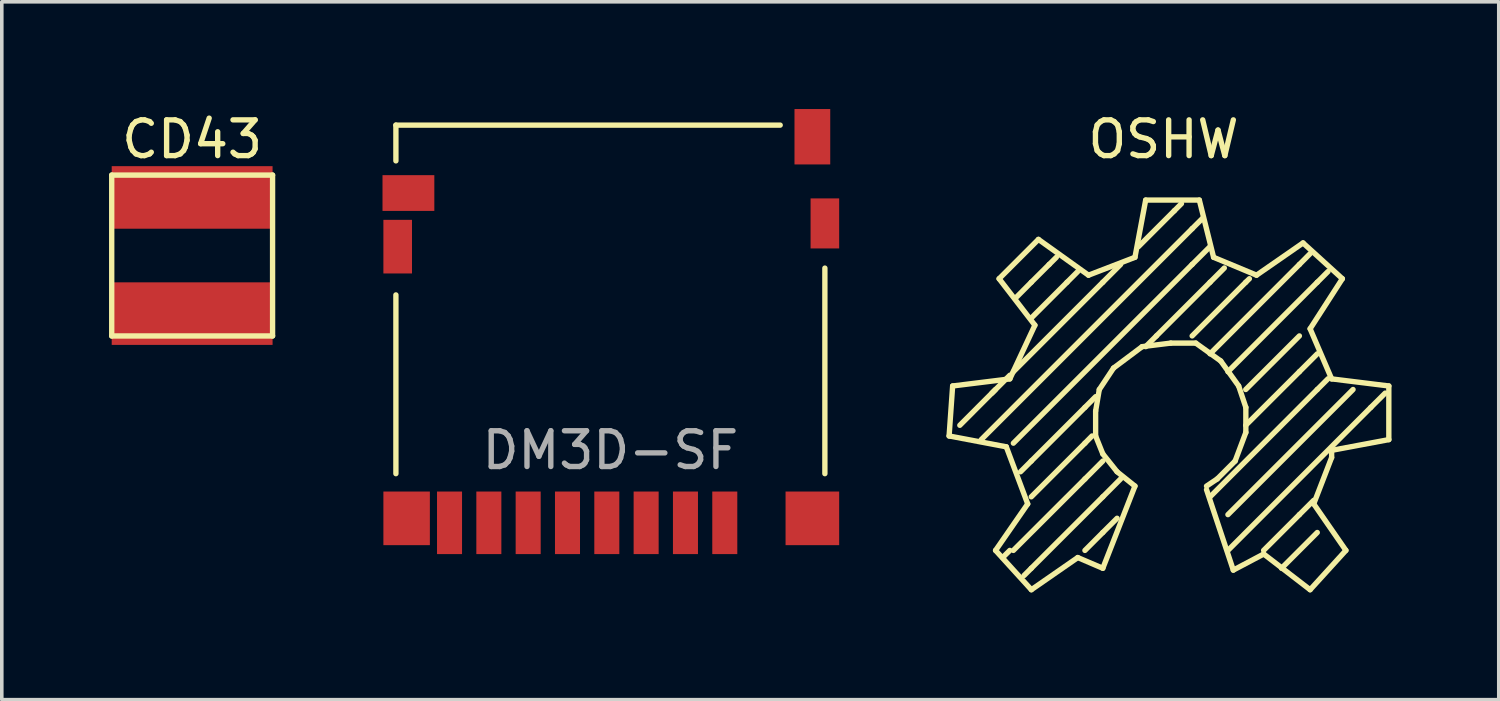
<source format=kicad_pcb>
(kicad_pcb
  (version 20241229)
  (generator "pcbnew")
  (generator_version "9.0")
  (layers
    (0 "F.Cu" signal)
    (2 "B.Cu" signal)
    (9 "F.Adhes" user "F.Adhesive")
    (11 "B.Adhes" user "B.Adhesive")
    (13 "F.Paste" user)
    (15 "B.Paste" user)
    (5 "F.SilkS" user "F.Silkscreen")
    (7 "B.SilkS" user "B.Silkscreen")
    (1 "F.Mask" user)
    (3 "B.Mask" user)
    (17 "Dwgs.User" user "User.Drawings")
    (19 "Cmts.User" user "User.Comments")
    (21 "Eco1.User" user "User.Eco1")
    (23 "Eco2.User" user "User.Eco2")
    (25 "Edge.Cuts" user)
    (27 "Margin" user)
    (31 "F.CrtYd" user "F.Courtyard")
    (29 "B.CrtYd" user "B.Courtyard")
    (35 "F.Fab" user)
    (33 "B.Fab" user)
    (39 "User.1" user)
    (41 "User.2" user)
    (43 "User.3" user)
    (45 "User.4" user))
  (footprint "DM3D-SF"
    (layer "F.Cu")
    (at 14.025 11.45)
    (property "Reference" "DM3D-SF" (at 0 -1.905 0) (layer "F.Fab") (effects (font (size 1 1) (thickness 0.15))))
    (attr through_hole)
    (fp_line (start -6 -11) (end -6 -10) (stroke (width 0.15) (type solid)) (layer "F.SilkS"))
    (fp_line (start -6 -6.25) (end -6 -1.25) (stroke (width 0.15) (type solid)) (layer "F.SilkS"))
    (fp_line (start 4.75 -11) (end -6 -11) (stroke (width 0.15) (type solid)) (layer "F.SilkS"))
    (fp_line (start 6 -1.25) (end 6 -7) (stroke (width 0.15) (type solid)) (layer "F.SilkS"))
    (pad "" smd rect (at -5.95 -7.6) (size 0.8 1.5) (layers "F.Cu" "F.Mask" "F.Paste"))
    (pad "" smd rect (at -5.7 0) (size 1.3 1.5) (layers "F.Cu" "F.Mask" "F.Paste"))
    (pad "" smd rect (at 5.65 0) (size 1.5 1.5) (layers "F.Cu" "F.Mask" "F.Paste"))
    (pad "" smd rect (at 6 -8.25) (size 0.8 1.4) (layers "F.Cu" "F.Mask" "F.Paste"))
    (pad "1" smd rect (at 2.1 0.125) (size 0.7 1.75) (layers "F.Cu" "F.Mask" "F.Paste"))
    (pad "2" smd rect (at 1 0.125) (size 0.7 1.75) (layers "F.Cu" "F.Mask" "F.Paste"))
    (pad "4" smd rect (at -0.1 0.125) (size 0.7 1.75) (layers "F.Cu" "F.Mask" "F.Paste"))
    (pad "5" smd rect (at -1.2 0.125) (size 0.7 1.75) (layers "F.Cu" "F.Mask" "F.Paste"))
    (pad "6" smd rect (at -2.3 0.125) (size 0.7 1.75) (layers "F.Cu" "F.Mask" "F.Paste"))
    (pad "7" smd rect (at -3.4 0.125) (size 0.7 1.75) (layers "F.Cu" "F.Mask" "F.Paste"))
    (pad "8" smd rect (at -4.5 0.125) (size 0.7 1.75) (layers "F.Cu" "F.Mask" "F.Paste"))
    (pad "9" smd rect (at 3.2 0.125) (size 0.7 1.75) (layers "F.Cu" "F.Mask" "F.Paste"))
    (pad "10" smd rect (at 5.65 -10.675) (size 1 1.55) (layers "F.Cu" "F.Mask" "F.Paste"))
    (pad "12" smd rect (at -5.65 -9.1) (size 1.45 1) (layers "F.Cu" "F.Mask" "F.Paste")))
  (footprint "OSHW"
    (layer "F.Cu")
    (at 29.799 9.032)
    (property "Reference" "OSHW" (at -0.3 -8.184 0) (layer "F.SilkS") (effects (font (size 1 1) (thickness 0.15))))
    (attr through_hole)
    (fp_line (start -6.299 0.114) (end -4.699 0.417) (stroke (width 0.15) (type solid)) (layer "F.SilkS"))
    (fp_line (start -6.2 -1.285) (end -6.299 0.114) (stroke (width 0.15) (type solid)) (layer "F.SilkS"))
    (fp_line (start -5.1 -1.085) (end -4.6 -1.585) (stroke (width 0.15) (type solid)) (layer "F.SilkS"))
    (fp_line (start -5.001 -1.186) (end -5.999 -0.185) (stroke (width 0.15) (type solid)) (layer "F.SilkS"))
    (fp_line (start -4.999 3.315) (end -3.998 4.415) (stroke (width 0.15) (type solid)) (layer "F.SilkS"))
    (fp_line (start -4.9 -4.285) (end -3.899 -2.985) (stroke (width 0.15) (type solid)) (layer "F.SilkS"))
    (fp_line (start -4.699 0.417) (end -4.1 2.014) (stroke (width 0.15) (type solid)) (layer "F.SilkS"))
    (fp_line (start -4.6 -1.483) (end -6.2 -1.285) (stroke (width 0.15) (type solid)) (layer "F.SilkS"))
    (fp_line (start -4.6 3.315) (end -4.801 3.515) (stroke (width 0.15) (type solid)) (layer "F.SilkS"))
    (fp_line (start -4.1 2.014) (end -4.999 3.315) (stroke (width 0.15) (type solid)) (layer "F.SilkS"))
    (fp_line (start -4 -4.186) (end -4.399 -3.785) (stroke (width 0.15) (type solid)) (layer "F.SilkS"))
    (fp_line (start -4 0.815) (end -4.3 1.115) (stroke (width 0.15) (type solid)) (layer "F.SilkS"))
    (fp_line (start -4 3.815) (end -4.201 4.016) (stroke (width 0.15) (type solid)) (layer "F.SilkS"))
    (fp_line (start -3.998 4.415) (end -2.7 3.515) (stroke (width 0.15) (type solid)) (layer "F.SilkS"))
    (fp_line (start -3.899 -2.985) (end -4.6 -1.483) (stroke (width 0.15) (type solid)) (layer "F.SilkS"))
    (fp_line (start -3.8 -5.385) (end -4.9 -4.285) (stroke (width 0.15) (type solid)) (layer "F.SilkS"))
    (fp_line (start -3.5 -4.684) (end -4 -4.186) (stroke (width 0.15) (type solid)) (layer "F.SilkS"))
    (fp_line (start -3.5 -4.684) (end -3.299 -4.884) (stroke (width 0.15) (type solid)) (layer "F.SilkS"))
    (fp_line (start -3 -4.186) (end -4 -3.185) (stroke (width 0.15) (type solid)) (layer "F.SilkS"))
    (fp_line (start -3 -4.186) (end -2.7 -4.486) (stroke (width 0.15) (type solid)) (layer "F.SilkS"))
    (fp_line (start -2.7 3.515) (end -1.999 3.815) (stroke (width 0.15) (type solid)) (layer "F.SilkS"))
    (fp_line (start -2.499 -0.686) (end -4 0.815) (stroke (width 0.15) (type solid)) (layer "F.SilkS"))
    (fp_line (start -2.499 -0.686) (end -2.2 -0.986) (stroke (width 0.15) (type solid)) (layer "F.SilkS"))
    (fp_line (start -2.499 0.315) (end -4 1.816) (stroke (width 0.15) (type solid)) (layer "F.SilkS"))
    (fp_line (start -2.499 0.315) (end -2.301 0.114) (stroke (width 0.15) (type solid)) (layer "F.SilkS"))
    (fp_line (start -2.499 1.316) (end -4.501 3.315) (stroke (width 0.15) (type solid)) (layer "F.SilkS"))
    (fp_line (start -2.499 1.316) (end -1.999 0.815) (stroke (width 0.15) (type solid)) (layer "F.SilkS"))
    (fp_line (start -2.4 -4.384) (end -3.8 -5.385) (stroke (width 0.15) (type solid)) (layer "F.SilkS"))
    (fp_line (start -2.2 -0.584) (end -2.098 -1.184) (stroke (width 0.15) (type solid)) (layer "F.SilkS"))
    (fp_line (start -2.2 0.114) (end -2.2 -0.584) (stroke (width 0.15) (type solid)) (layer "F.SilkS"))
    (fp_line (start -2.098 -1.184) (end -1.699 -1.786) (stroke (width 0.15) (type solid)) (layer "F.SilkS"))
    (fp_line (start -1.999 -4.186) (end -4.501 -1.684) (stroke (width 0.15) (type solid)) (layer "F.SilkS"))
    (fp_line (start -1.999 -4.186) (end -1.501 -4.684) (stroke (width 0.15) (type solid)) (layer "F.SilkS"))
    (fp_line (start -1.999 0.615) (end -2.2 0.114) (stroke (width 0.15) (type solid)) (layer "F.SilkS"))
    (fp_line (start -1.999 1.816) (end -4 3.815) (stroke (width 0.15) (type solid)) (layer "F.SilkS"))
    (fp_line (start -1.999 1.816) (end -1.501 1.316) (stroke (width 0.15) (type solid)) (layer "F.SilkS"))
    (fp_line (start -1.999 2.814) (end -2.499 3.315) (stroke (width 0.15) (type solid)) (layer "F.SilkS"))
    (fp_line (start -1.999 2.814) (end -1.6 2.416) (stroke (width 0.15) (type solid)) (layer "F.SilkS"))
    (fp_line (start -1.999 3.815) (end -1.1 1.516) (stroke (width 0.15) (type solid)) (layer "F.SilkS"))
    (fp_line (start -1.699 -1.786) (end -0.899 -2.385) (stroke (width 0.15) (type solid)) (layer "F.SilkS"))
    (fp_line (start -1.6 1.115) (end -1.999 0.615) (stroke (width 0.15) (type solid)) (layer "F.SilkS"))
    (fp_line (start -1.1 -4.884) (end -2.4 -4.384) (stroke (width 0.15) (type solid)) (layer "F.SilkS"))
    (fp_line (start -1.1 1.516) (end -1.6 1.115) (stroke (width 0.15) (type solid)) (layer "F.SilkS"))
    (fp_line (start -0.899 -2.385) (end -0.099 -2.484) (stroke (width 0.15) (type solid)) (layer "F.SilkS"))
    (fp_line (start -0.8 -6.485) (end -1.1 -4.884) (stroke (width 0.15) (type solid)) (layer "F.SilkS"))
    (fp_line (start -0.5 -2.685) (end -0.8 -2.385) (stroke (width 0.15) (type solid)) (layer "F.SilkS"))
    (fp_line (start -0.099 -2.484) (end 0.602 -2.484) (stroke (width 0.15) (type solid)) (layer "F.SilkS"))
    (fp_line (start 0 -6.185) (end -1.001 -5.184) (stroke (width 0.15) (type solid)) (layer "F.SilkS"))
    (fp_line (start 0 -6.185) (end 0.201 -6.386) (stroke (width 0.15) (type solid)) (layer "F.SilkS"))
    (fp_line (start 0.5 -5.685) (end -5.4 0.216) (stroke (width 0.15) (type solid)) (layer "F.SilkS"))
    (fp_line (start 0.5 -5.685) (end 0.8 -5.984) (stroke (width 0.15) (type solid)) (layer "F.SilkS"))
    (fp_line (start 0.5 -4.684) (end -4.501 0.315) (stroke (width 0.15) (type solid)) (layer "F.SilkS"))
    (fp_line (start 0.5 -4.684) (end 1.001 -5.184) (stroke (width 0.15) (type solid)) (layer "F.SilkS"))
    (fp_line (start 0.602 -2.484) (end 1.3 -1.984) (stroke (width 0.15) (type solid)) (layer "F.SilkS"))
    (fp_line (start 0.701 -6.485) (end -0.8 -6.485) (stroke (width 0.15) (type solid)) (layer "F.SilkS"))
    (fp_line (start 0.902 1.615) (end 1.651 3.866) (stroke (width 0.15) (type solid)) (layer "F.SilkS"))
    (fp_line (start 1.001 -4.186) (end -0.5 -2.685) (stroke (width 0.15) (type solid)) (layer "F.SilkS"))
    (fp_line (start 1.001 -4.186) (end 1.4 -4.585) (stroke (width 0.15) (type solid)) (layer "F.SilkS"))
    (fp_line (start 1.1 -4.884) (end 0.701 -6.485) (stroke (width 0.15) (type solid)) (layer "F.SilkS"))
    (fp_line (start 1.201 1.316) (end 0.902 1.516) (stroke (width 0.15) (type solid)) (layer "F.SilkS"))
    (fp_line (start 1.3 -1.984) (end 1.801 -1.285) (stroke (width 0.15) (type solid)) (layer "F.SilkS"))
    (fp_line (start 1.651 3.866) (end 2.502 3.416) (stroke (width 0.15) (type solid)) (layer "F.SilkS"))
    (fp_line (start 1.702 0.815) (end 1.201 1.316) (stroke (width 0.15) (type solid)) (layer "F.SilkS"))
    (fp_line (start 1.801 -1.285) (end 2.002 -0.686) (stroke (width 0.15) (type solid)) (layer "F.SilkS"))
    (fp_line (start 1.999 -4.186) (end 0.5 -2.685) (stroke (width 0.15) (type solid)) (layer "F.SilkS"))
    (fp_line (start 1.999 -4.186) (end 2.101 -4.285) (stroke (width 0.15) (type solid)) (layer "F.SilkS"))
    (fp_line (start 2.002 -0.686) (end 2.002 0.015) (stroke (width 0.15) (type solid)) (layer "F.SilkS"))
    (fp_line (start 2.002 0.015) (end 1.702 0.815) (stroke (width 0.15) (type solid)) (layer "F.SilkS"))
    (fp_line (start 2.301 -4.384) (end 1.1 -4.884) (stroke (width 0.15) (type solid)) (layer "F.SilkS"))
    (fp_line (start 2.502 3.416) (end 3.8 4.415) (stroke (width 0.15) (type solid)) (layer "F.SilkS"))
    (fp_line (start 3.5 -4.684) (end 1.001 -2.184) (stroke (width 0.15) (type solid)) (layer "F.SilkS"))
    (fp_line (start 3.5 -4.684) (end 3.8 -4.986) (stroke (width 0.15) (type solid)) (layer "F.SilkS"))
    (fp_line (start 3.5 -2.685) (end 1.999 -1.186) (stroke (width 0.15) (type solid)) (layer "F.SilkS"))
    (fp_line (start 3.5 -1.684) (end 1.999 -0.185) (stroke (width 0.15) (type solid)) (layer "F.SilkS"))
    (fp_line (start 3.5 -1.684) (end 4 -2.184) (stroke (width 0.15) (type solid)) (layer "F.SilkS"))
    (fp_line (start 3.5 2.314) (end 2.499 3.315) (stroke (width 0.15) (type solid)) (layer "F.SilkS"))
    (fp_line (start 3.5 2.314) (end 3.899 1.915) (stroke (width 0.15) (type solid)) (layer "F.SilkS"))
    (fp_line (start 3.602 -5.286) (end 2.301 -4.384) (stroke (width 0.15) (type solid)) (layer "F.SilkS"))
    (fp_line (start 3.8 -2.885) (end 4.702 -4.285) (stroke (width 0.15) (type solid)) (layer "F.SilkS"))
    (fp_line (start 3.8 4.415) (end 4.801 3.315) (stroke (width 0.15) (type solid)) (layer "F.SilkS"))
    (fp_line (start 3.901 2.014) (end 4.402 0.716) (stroke (width 0.15) (type solid)) (layer "F.SilkS"))
    (fp_line (start 4 -4.186) (end 1.501 -1.684) (stroke (width 0.15) (type solid)) (layer "F.SilkS"))
    (fp_line (start 4 -4.186) (end 4.3 -4.486) (stroke (width 0.15) (type solid)) (layer "F.SilkS"))
    (fp_line (start 4 -1.186) (end 1.001 1.816) (stroke (width 0.15) (type solid)) (layer "F.SilkS"))
    (fp_line (start 4 -1.186) (end 4.3 -1.486) (stroke (width 0.15) (type solid)) (layer "F.SilkS"))
    (fp_line (start 4 2.814) (end 3 3.815) (stroke (width 0.15) (type solid)) (layer "F.SilkS"))
    (fp_line (start 4.402 -1.483) (end 3.8 -2.885) (stroke (width 0.15) (type solid)) (layer "F.SilkS"))
    (fp_line (start 4.402 0.516) (end 6.002 0.216) (stroke (width 0.15) (type solid)) (layer "F.SilkS"))
    (fp_line (start 4.402 0.716) (end 4.402 0.516) (stroke (width 0.15) (type solid)) (layer "F.SilkS"))
    (fp_line (start 4.702 -4.285) (end 3.602 -5.286) (stroke (width 0.15) (type solid)) (layer "F.SilkS"))
    (fp_line (start 4.801 3.315) (end 3.901 2.014) (stroke (width 0.15) (type solid)) (layer "F.SilkS"))
    (fp_line (start 5.001 -1.186) (end 1.501 2.314) (stroke (width 0.15) (type solid)) (layer "F.SilkS"))
    (fp_line (start 5.499 -0.686) (end 1.501 3.315) (stroke (width 0.15) (type solid)) (layer "F.SilkS"))
    (fp_line (start 5.499 -0.686) (end 5.9 -1.085) (stroke (width 0.15) (type solid)) (layer "F.SilkS"))
    (fp_line (start 6.002 -1.285) (end 4.402 -1.483) (stroke (width 0.15) (type solid)) (layer "F.SilkS"))
    (fp_line (start 6.002 0.216) (end 6.002 -1.285) (stroke (width 0.15) (type solid)) (layer "F.SilkS")))
  (footprint "CD43"
    (layer "F.Cu")
    (at 2.325 4.098)
    (property "Reference" "CD43" (at 0 -3.25 0) (layer "F.SilkS") (effects (font (size 1 1) (thickness 0.15))))
    (attr through_hole)
    (fp_line (start -2.25 -2.25) (end 2.25 -2.25) (stroke (width 0.15) (type solid)) (layer "F.SilkS"))
    (fp_line (start -2.25 2.25) (end -2.25 -2.25) (stroke (width 0.15) (type solid)) (layer "F.SilkS"))
    (fp_line (start 2.25 -2.25) (end 2.25 2.25) (stroke (width 0.15) (type solid)) (layer "F.SilkS"))
    (fp_line (start 2.25 2.25) (end -2.25 2.25) (stroke (width 0.15) (type solid)) (layer "F.SilkS"))
    (pad "1" smd rect (at 0 1.625) (size 4.5 1.75) (layers "F.Cu" "F.Mask" "F.Paste"))
    (pad "2" smd rect (at 0 -1.625) (size 4.5 1.75) (layers "F.Cu" "F.Mask" "F.Paste")))
  (gr_rect
    (start -3 -3)
    (end 38.876 16.522)
    (stroke (width 0.1) (type default))
    (fill no)
    (layer "Edge.Cuts")))
</source>
